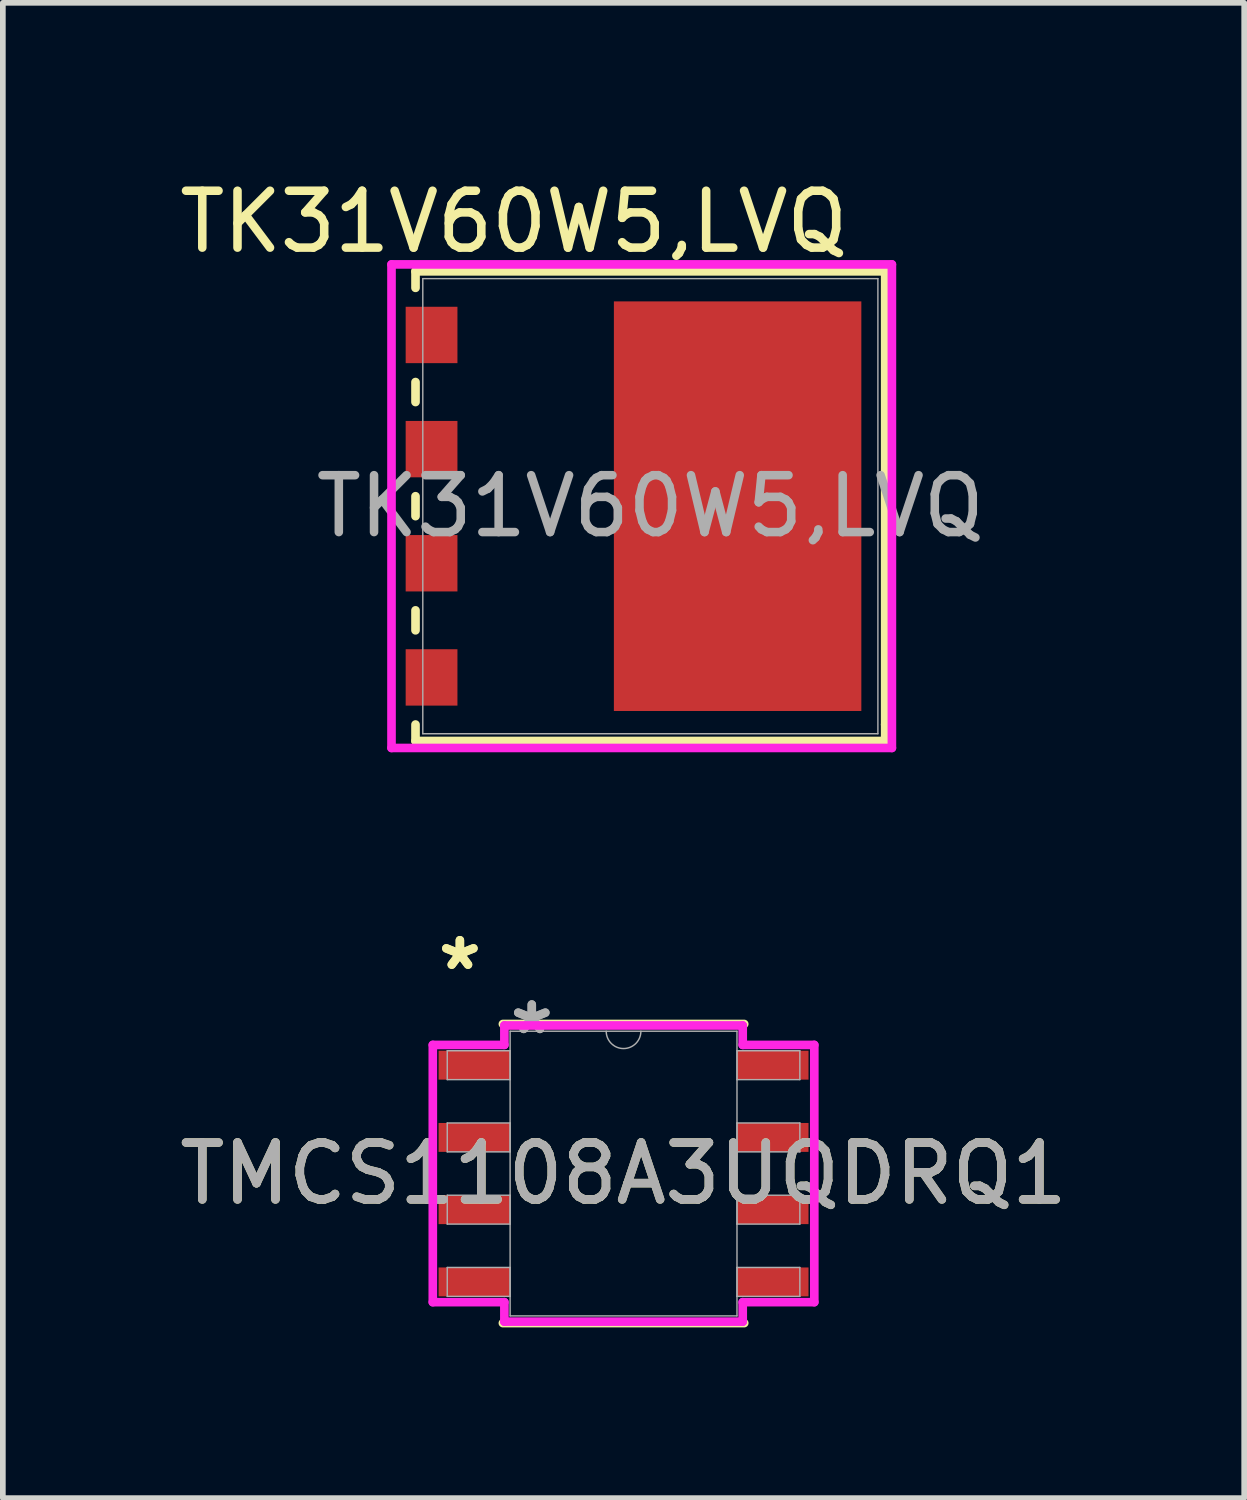
<source format=kicad_pcb>
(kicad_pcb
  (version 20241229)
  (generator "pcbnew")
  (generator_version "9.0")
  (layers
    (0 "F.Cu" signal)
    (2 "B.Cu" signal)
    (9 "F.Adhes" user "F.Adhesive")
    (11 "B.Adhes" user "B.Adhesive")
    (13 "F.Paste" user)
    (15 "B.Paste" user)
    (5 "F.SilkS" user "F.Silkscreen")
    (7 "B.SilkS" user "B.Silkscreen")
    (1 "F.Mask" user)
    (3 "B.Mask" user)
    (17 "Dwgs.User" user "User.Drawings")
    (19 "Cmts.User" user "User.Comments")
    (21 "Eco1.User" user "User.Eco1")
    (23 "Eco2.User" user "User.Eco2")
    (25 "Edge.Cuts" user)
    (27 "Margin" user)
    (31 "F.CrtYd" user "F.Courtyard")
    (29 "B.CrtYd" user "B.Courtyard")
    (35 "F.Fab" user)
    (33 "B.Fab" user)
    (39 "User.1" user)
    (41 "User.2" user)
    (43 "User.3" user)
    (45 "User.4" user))
  (footprint "TMCS1108A3UQDRQ1"
    (layer "F.Cu")
    (at 7.911 17.579)
    (property "Reference" "TMCS1108A3UQDRQ1" (at 0 0 0) (unlocked yes) (layer "F.SilkS") (effects (font (size 1 1) (thickness 0.15))))
    (attr smd)
    (fp_line (start -2.121 2.629) (end 2.121 2.629) (stroke (width 0.152) (type solid)) (layer "F.SilkS"))
    (fp_line (start 2.121 -2.629) (end -2.121 -2.629) (stroke (width 0.152) (type solid)) (layer "F.SilkS"))
    (fp_line (start -3.353 -2.261) (end -2.095 -2.261) (stroke (width 0.152) (type solid)) (layer "F.CrtYd"))
    (fp_line (start -3.353 2.261) (end -3.353 -2.261) (stroke (width 0.152) (type solid)) (layer "F.CrtYd"))
    (fp_line (start -3.353 2.261) (end -2.095 2.261) (stroke (width 0.152) (type solid)) (layer "F.CrtYd"))
    (fp_line (start -2.095 -2.603) (end 2.095 -2.603) (stroke (width 0.152) (type solid)) (layer "F.CrtYd"))
    (fp_line (start -2.095 -2.261) (end -2.095 -2.603) (stroke (width 0.152) (type solid)) (layer "F.CrtYd"))
    (fp_line (start -2.095 2.603) (end -2.095 2.261) (stroke (width 0.152) (type solid)) (layer "F.CrtYd"))
    (fp_line (start 2.095 -2.603) (end 2.095 -2.261) (stroke (width 0.152) (type solid)) (layer "F.CrtYd"))
    (fp_line (start 2.095 2.261) (end 2.095 2.603) (stroke (width 0.152) (type solid)) (layer "F.CrtYd"))
    (fp_line (start 2.095 2.603) (end -2.095 2.603) (stroke (width 0.152) (type solid)) (layer "F.CrtYd"))
    (fp_line (start 3.353 -2.261) (end 2.095 -2.261) (stroke (width 0.152) (type solid)) (layer "F.CrtYd"))
    (fp_line (start 3.353 -2.261) (end 3.353 2.261) (stroke (width 0.152) (type solid)) (layer "F.CrtYd"))
    (fp_line (start 3.353 2.261) (end 2.095 2.261) (stroke (width 0.152) (type solid)) (layer "F.CrtYd"))
    (fp_line (start -3.099 -2.159) (end -3.099 -1.651) (stroke (width 0.025) (type solid)) (layer "F.Fab"))
    (fp_line (start -3.099 -1.651) (end -1.994 -1.651) (stroke (width 0.025) (type solid)) (layer "F.Fab"))
    (fp_line (start -3.099 -0.889) (end -3.099 -0.381) (stroke (width 0.025) (type solid)) (layer "F.Fab"))
    (fp_line (start -3.099 -0.381) (end -1.994 -0.381) (stroke (width 0.025) (type solid)) (layer "F.Fab"))
    (fp_line (start -3.099 0.381) (end -3.099 0.889) (stroke (width 0.025) (type solid)) (layer "F.Fab"))
    (fp_line (start -3.099 0.889) (end -1.994 0.889) (stroke (width 0.025) (type solid)) (layer "F.Fab"))
    (fp_line (start -3.099 1.651) (end -3.099 2.159) (stroke (width 0.025) (type solid)) (layer "F.Fab"))
    (fp_line (start -3.099 2.159) (end -1.994 2.159) (stroke (width 0.025) (type solid)) (layer "F.Fab"))
    (fp_line (start -1.994 -2.502) (end -1.994 2.502) (stroke (width 0.025) (type solid)) (layer "F.Fab"))
    (fp_line (start -1.994 -2.159) (end -3.099 -2.159) (stroke (width 0.025) (type solid)) (layer "F.Fab"))
    (fp_line (start -1.994 -1.651) (end -1.994 -2.159) (stroke (width 0.025) (type solid)) (layer "F.Fab"))
    (fp_line (start -1.994 -0.889) (end -3.099 -0.889) (stroke (width 0.025) (type solid)) (layer "F.Fab"))
    (fp_line (start -1.994 -0.381) (end -1.994 -0.889) (stroke (width 0.025) (type solid)) (layer "F.Fab"))
    (fp_line (start -1.994 0.381) (end -3.099 0.381) (stroke (width 0.025) (type solid)) (layer "F.Fab"))
    (fp_line (start -1.994 0.889) (end -1.994 0.381) (stroke (width 0.025) (type solid)) (layer "F.Fab"))
    (fp_line (start -1.994 1.651) (end -3.099 1.651) (stroke (width 0.025) (type solid)) (layer "F.Fab"))
    (fp_line (start -1.994 2.159) (end -1.994 1.651) (stroke (width 0.025) (type solid)) (layer "F.Fab"))
    (fp_line (start -1.994 2.502) (end 1.994 2.502) (stroke (width 0.025) (type solid)) (layer "F.Fab"))
    (fp_line (start 1.994 -2.502) (end -1.994 -2.502) (stroke (width 0.025) (type solid)) (layer "F.Fab"))
    (fp_line (start 1.994 -2.159) (end 1.994 -1.651) (stroke (width 0.025) (type solid)) (layer "F.Fab"))
    (fp_line (start 1.994 -1.651) (end 3.099 -1.651) (stroke (width 0.025) (type solid)) (layer "F.Fab"))
    (fp_line (start 1.994 -0.889) (end 1.994 -0.381) (stroke (width 0.025) (type solid)) (layer "F.Fab"))
    (fp_line (start 1.994 -0.381) (end 3.099 -0.381) (stroke (width 0.025) (type solid)) (layer "F.Fab"))
    (fp_line (start 1.994 0.381) (end 1.994 0.889) (stroke (width 0.025) (type solid)) (layer "F.Fab"))
    (fp_line (start 1.994 0.889) (end 3.099 0.889) (stroke (width 0.025) (type solid)) (layer "F.Fab"))
    (fp_line (start 1.994 1.651) (end 1.994 2.159) (stroke (width 0.025) (type solid)) (layer "F.Fab"))
    (fp_line (start 1.994 2.159) (end 3.099 2.159) (stroke (width 0.025) (type solid)) (layer "F.Fab"))
    (fp_line (start 1.994 2.502) (end 1.994 -2.502) (stroke (width 0.025) (type solid)) (layer "F.Fab"))
    (fp_line (start 3.099 -2.159) (end 1.994 -2.159) (stroke (width 0.025) (type solid)) (layer "F.Fab"))
    (fp_line (start 3.099 -1.651) (end 3.099 -2.159) (stroke (width 0.025) (type solid)) (layer "F.Fab"))
    (fp_line (start 3.099 -0.889) (end 1.994 -0.889) (stroke (width 0.025) (type solid)) (layer "F.Fab"))
    (fp_line (start 3.099 -0.381) (end 3.099 -0.889) (stroke (width 0.025) (type solid)) (layer "F.Fab"))
    (fp_line (start 3.099 0.381) (end 1.994 0.381) (stroke (width 0.025) (type solid)) (layer "F.Fab"))
    (fp_line (start 3.099 0.889) (end 3.099 0.381) (stroke (width 0.025) (type solid)) (layer "F.Fab"))
    (fp_line (start 3.099 1.651) (end 1.994 1.651) (stroke (width 0.025) (type solid)) (layer "F.Fab"))
    (fp_line (start 3.099 2.159) (end 3.099 1.651) (stroke (width 0.025) (type solid)) (layer "F.Fab"))
    (fp_arc (start 0.3048 -2.5019) (mid 0 -2.1971) (end -0.3048 -2.5019) (stroke (width 0.0254) (type solid)) (layer "F.Fab"))
    (fp_text user "*" (at -2.877 -3.556 0) (unlocked yes) (layer "F.SilkS") (effects (font (size 1 1) (thickness 0.15))))
    (fp_text user "*" (at -2.877 -3.556 0) (layer "F.SilkS") (effects (font (size 1 1) (thickness 0.15))))
    (fp_text user "*" (at -1.613 -2.426 0) (layer "F.Fab") (effects (font (size 1 1) (thickness 0.15))))
    (fp_text user "*" (at -1.613 -2.426 0) (unlocked yes) (layer "F.Fab") (effects (font (size 1 1) (thickness 0.15))))
    (fp_text user "${REFERENCE}" (at 0 0 0) (unlocked yes) (layer "F.Fab") (effects (font (size 1 1) (thickness 0.15))))
    (pad "1" smd rect (at -2.623 -1.905) (size 1.257 0.508) (layers "F.Cu" "F.Mask" "F.Paste"))
    (pad "2" smd rect (at -2.623 -0.635) (size 1.257 0.508) (layers "F.Cu" "F.Mask" "F.Paste"))
    (pad "3" smd rect (at -2.623 0.635) (size 1.257 0.508) (layers "F.Cu" "F.Mask" "F.Paste"))
    (pad "4" smd rect (at -2.623 1.905) (size 1.257 0.508) (layers "F.Cu" "F.Mask" "F.Paste"))
    (pad "5" smd rect (at 2.623 1.905) (size 1.257 0.508) (layers "F.Cu" "F.Mask" "F.Paste"))
    (pad "6" smd rect (at 2.623 0.635) (size 1.257 0.508) (layers "F.Cu" "F.Mask" "F.Paste"))
    (pad "7" smd rect (at 2.623 -0.635) (size 1.257 0.508) (layers "F.Cu" "F.Mask" "F.Paste"))
    (pad "8" smd rect (at 2.623 -1.905) (size 1.257 0.508) (layers "F.Cu" "F.Mask" "F.Paste")))
  (footprint "TK31V60W5,LVQ"
    (layer "F.Cu")
    (at 8.382 5.848)
    (property "Reference" "TK31V60W5,LVQ" (at -2.4 -5 0) (unlocked yes) (layer "F.SilkS") (effects (font (size 1 1) (thickness 0.15))))
    (attr smd)
    (fp_line (start -4.128 -4.128) (end -4.128 -3.838) (stroke (width 0.152) (type solid)) (layer "F.SilkS"))
    (fp_line (start -4.128 -2.182) (end -4.128 -1.831) (stroke (width 0.152) (type solid)) (layer "F.SilkS"))
    (fp_line (start -4.128 -0.175) (end -4.128 0.175) (stroke (width 0.152) (type solid)) (layer "F.SilkS"))
    (fp_line (start -4.128 1.831) (end -4.128 2.182) (stroke (width 0.152) (type solid)) (layer "F.SilkS"))
    (fp_line (start -4.128 3.838) (end -4.128 4.128) (stroke (width 0.152) (type solid)) (layer "F.SilkS"))
    (fp_line (start -4.128 4.128) (end 4.128 4.128) (stroke (width 0.152) (type solid)) (layer "F.SilkS"))
    (fp_line (start 4.128 -4.128) (end -4.128 -4.128) (stroke (width 0.152) (type solid)) (layer "F.SilkS"))
    (fp_line (start 4.128 3.838) (end 4.128 -4.128) (stroke (width 0.152) (type solid)) (layer "F.SilkS"))
    (fp_line (start 4.128 4.128) (end 4.128 3.838) (stroke (width 0.152) (type solid)) (layer "F.SilkS"))
    (fp_poly (pts (xy -0.525 -3.5) (xy -0.525 -2.26) (xy 0.725 -2.26) (xy 0.725 -3.5)) (stroke (width 0) (type solid)) (fill yes) (layer "F.Paste"))
    (fp_poly (pts (xy -0.525 -2.06) (xy -0.525 -0.82) (xy 0.725 -0.82) (xy 0.725 -2.06)) (stroke (width 0) (type solid)) (fill yes) (layer "F.Paste"))
    (fp_poly (pts (xy -0.525 -0.62) (xy -0.525 0.62) (xy 0.725 0.62) (xy 0.725 -0.62)) (stroke (width 0) (type solid)) (fill yes) (layer "F.Paste"))
    (fp_poly (pts (xy -0.525 0.82) (xy -0.525 2.06) (xy 0.725 2.06) (xy 0.725 0.82)) (stroke (width 0) (type solid)) (fill yes) (layer "F.Paste"))
    (fp_poly (pts (xy -0.525 2.26) (xy -0.525 3.5) (xy 0.725 3.5) (xy 0.725 2.26)) (stroke (width 0) (type solid)) (fill yes) (layer "F.Paste"))
    (fp_poly (pts (xy 0.925 -3.5) (xy 0.925 -2.26) (xy 2.175 -2.26) (xy 2.175 -3.5)) (stroke (width 0) (type solid)) (fill yes) (layer "F.Paste"))
    (fp_poly (pts (xy 0.925 -2.06) (xy 0.925 -0.82) (xy 2.175 -0.82) (xy 2.175 -2.06)) (stroke (width 0) (type solid)) (fill yes) (layer "F.Paste"))
    (fp_poly (pts (xy 0.925 -0.62) (xy 0.925 0.62) (xy 2.175 0.62) (xy 2.175 -0.62)) (stroke (width 0) (type solid)) (fill yes) (layer "F.Paste"))
    (fp_poly (pts (xy 0.925 0.82) (xy 0.925 2.06) (xy 2.175 2.06) (xy 2.175 0.82)) (stroke (width 0) (type solid)) (fill yes) (layer "F.Paste"))
    (fp_poly (pts (xy 0.925 2.26) (xy 0.925 3.5) (xy 2.175 3.5) (xy 2.175 2.26)) (stroke (width 0) (type solid)) (fill yes) (layer "F.Paste"))
    (fp_poly (pts (xy 2.375 -3.5) (xy 2.375 -2.26) (xy 3.625 -2.26) (xy 3.625 -3.5)) (stroke (width 0) (type solid)) (fill yes) (layer "F.Paste"))
    (fp_poly (pts (xy 2.375 -2.06) (xy 2.375 -0.82) (xy 3.625 -0.82) (xy 3.625 -2.06)) (stroke (width 0) (type solid)) (fill yes) (layer "F.Paste"))
    (fp_poly (pts (xy 2.375 -0.62) (xy 2.375 0.62) (xy 3.625 0.62) (xy 3.625 -0.62)) (stroke (width 0) (type solid)) (fill yes) (layer "F.Paste"))
    (fp_poly (pts (xy 2.375 0.82) (xy 2.375 2.06) (xy 3.625 2.06) (xy 3.625 0.82)) (stroke (width 0) (type solid)) (fill yes) (layer "F.Paste"))
    (fp_poly (pts (xy 2.375 2.26) (xy 2.375 3.5) (xy 3.625 3.5) (xy 3.625 2.26)) (stroke (width 0) (type solid)) (fill yes) (layer "F.Paste"))
    (fp_line (start -4.55 -4.25) (end 4.246 -4.25) (stroke (width 0.152) (type solid)) (layer "F.CrtYd"))
    (fp_line (start -4.55 4.25) (end -4.55 -4.25) (stroke (width 0.152) (type solid)) (layer "F.CrtYd"))
    (fp_line (start 4.246 -4.25) (end 4.246 4.25) (stroke (width 0.152) (type solid)) (layer "F.CrtYd"))
    (fp_line (start 4.246 4.25) (end -4.55 4.25) (stroke (width 0.152) (type solid)) (layer "F.CrtYd"))
    (fp_line (start -4 -4) (end -4 4) (stroke (width 0.025) (type solid)) (layer "F.Fab"))
    (fp_line (start -4 4) (end 4 4) (stroke (width 0.025) (type solid)) (layer "F.Fab"))
    (fp_line (start 4 -4) (end -4 -4) (stroke (width 0.025) (type solid)) (layer "F.Fab"))
    (fp_line (start 4 4) (end 4 -4) (stroke (width 0.025) (type solid)) (layer "F.Fab"))
    (fp_text user "${REFERENCE}" (at 0 0 0) (unlocked yes) (layer "F.Fab") (effects (font (size 1 1) (thickness 0.15))))
    (pad "1" smd rect (at -3.846 -3.01) (size 0.91 0.991) (layers "F.Cu" "F.Mask" "F.Paste"))
    (pad "2" smd rect (at -3.846 -1.003) (size 0.91 0.991) (layers "F.Cu" "F.Mask" "F.Paste"))
    (pad "2" smd rect (at -3.846 1.003) (size 0.91 0.991) (layers "F.Cu" "F.Mask" "F.Paste"))
    (pad "2" smd rect (at -3.846 3.01) (size 0.91 0.991) (layers "F.Cu" "F.Mask" "F.Paste"))
    (pad "3" smd rect (at 1.534 0) (size 4.35 7.2) (layers "F.Cu" "F.Mask")))
  (gr_rect
    (start -3 -3)
    (end 18.821 23.284)
    (stroke (width 0.1) (type default))
    (fill no)
    (layer "Edge.Cuts")))
</source>
